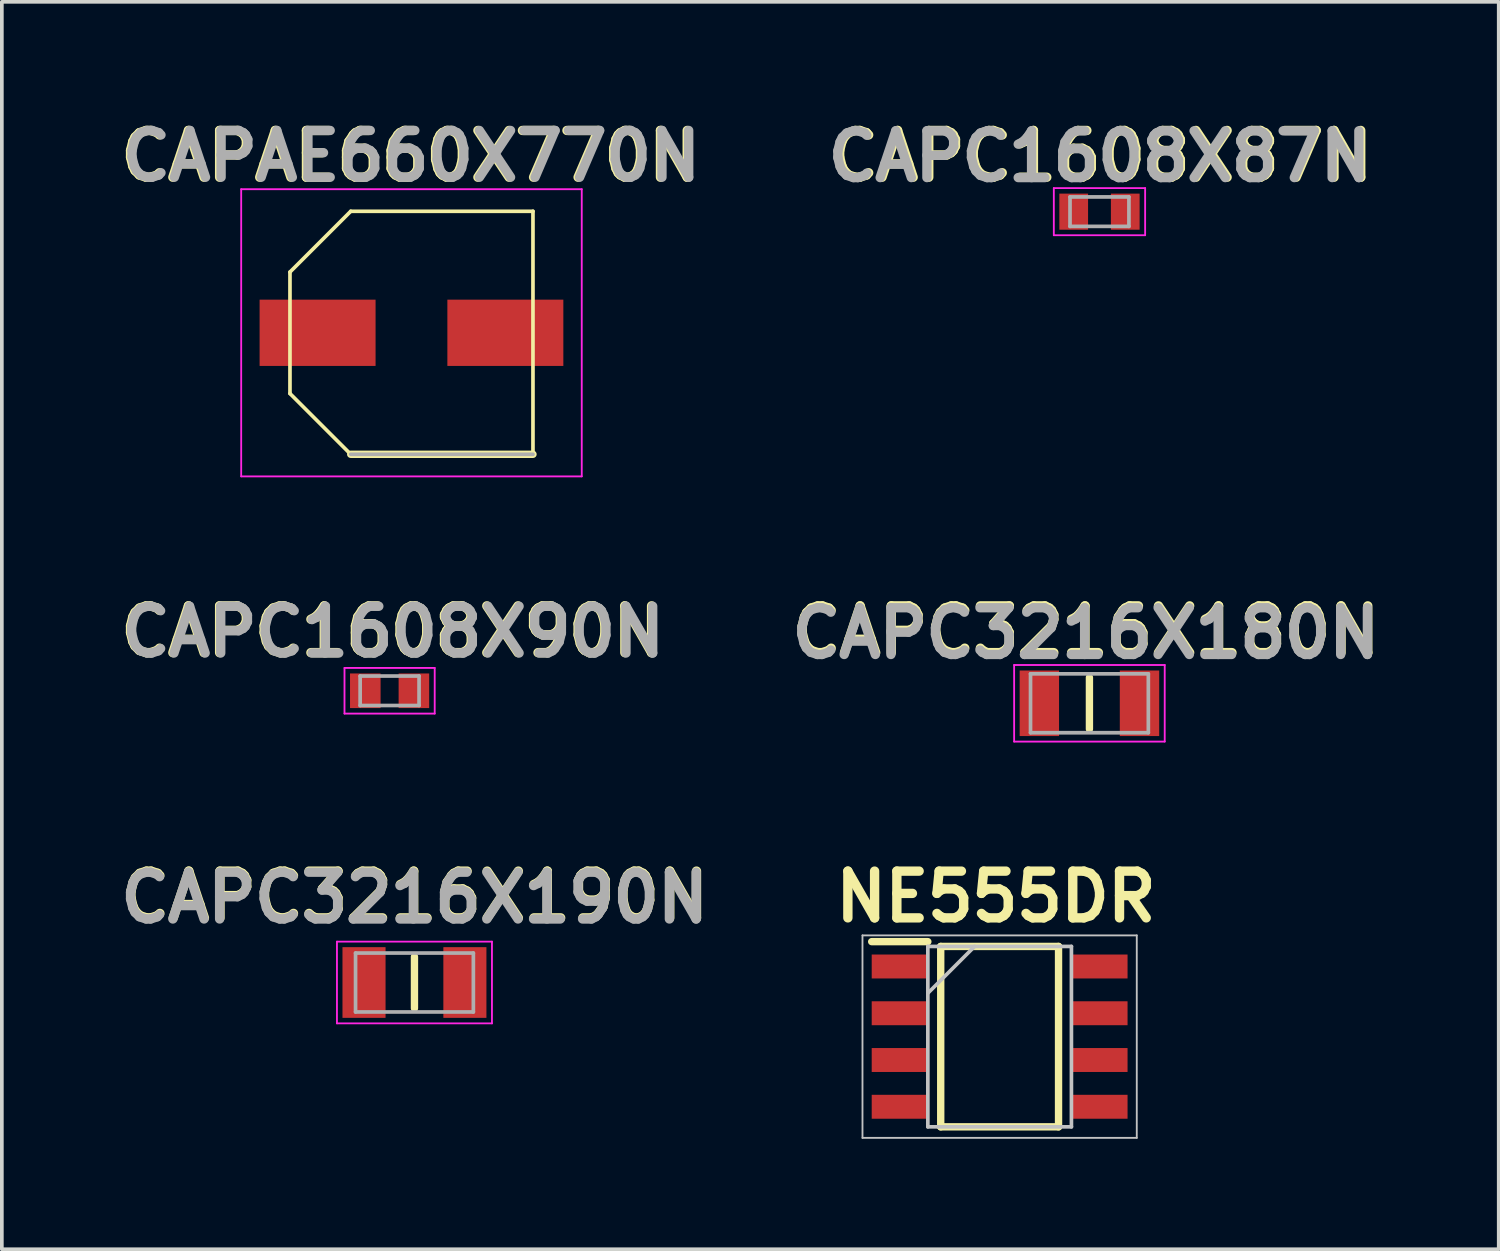
<source format=kicad_pcb>
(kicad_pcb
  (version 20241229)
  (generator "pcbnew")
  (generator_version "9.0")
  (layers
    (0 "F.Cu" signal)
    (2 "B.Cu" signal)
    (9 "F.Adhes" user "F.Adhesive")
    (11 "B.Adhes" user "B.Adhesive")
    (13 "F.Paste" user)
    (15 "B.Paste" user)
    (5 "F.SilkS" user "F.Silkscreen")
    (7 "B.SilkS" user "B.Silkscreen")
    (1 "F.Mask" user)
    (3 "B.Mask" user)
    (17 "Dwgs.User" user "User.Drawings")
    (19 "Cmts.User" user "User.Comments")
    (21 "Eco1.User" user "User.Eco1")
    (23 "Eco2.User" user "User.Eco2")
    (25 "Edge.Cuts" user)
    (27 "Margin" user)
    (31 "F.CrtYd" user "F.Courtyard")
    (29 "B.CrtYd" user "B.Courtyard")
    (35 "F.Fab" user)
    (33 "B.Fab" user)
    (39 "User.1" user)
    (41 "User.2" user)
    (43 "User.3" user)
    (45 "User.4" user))
  (footprint "NE555DR"
    (layer "F.Cu")
    (at 24.101 25.106)
    (property "Reference" "NE555DR" (at -0.1 -3.8 0) (layer "F.SilkS") (effects (font (size 1.27 1.27) (thickness 0.254))))
    (attr smd)
    (fp_line (start -3.475 -2.58) (end -1.95 -2.58) (stroke (width 0.2) (type solid)) (layer "F.SilkS"))
    (fp_line (start -1.6 -2.45) (end 1.6 -2.45) (stroke (width 0.2) (type solid)) (layer "F.SilkS"))
    (fp_line (start -1.6 2.45) (end -1.6 -2.45) (stroke (width 0.2) (type solid)) (layer "F.SilkS"))
    (fp_line (start 1.6 -2.45) (end 1.6 2.45) (stroke (width 0.2) (type solid)) (layer "F.SilkS"))
    (fp_line (start 1.6 2.45) (end -1.6 2.45) (stroke (width 0.2) (type solid)) (layer "F.SilkS"))
    (fp_line (start -3.725 -2.75) (end 3.725 -2.75) (stroke (width 0.05) (type solid)) (layer "Dwgs.User"))
    (fp_line (start -3.725 2.75) (end -3.725 -2.75) (stroke (width 0.05) (type solid)) (layer "Dwgs.User"))
    (fp_line (start -1.95 -2.45) (end 1.95 -2.45) (stroke (width 0.1) (type solid)) (layer "Dwgs.User"))
    (fp_line (start -1.95 -1.18) (end -0.68 -2.45) (stroke (width 0.1) (type solid)) (layer "Dwgs.User"))
    (fp_line (start -1.95 2.45) (end -1.95 -2.45) (stroke (width 0.1) (type solid)) (layer "Dwgs.User"))
    (fp_line (start 1.95 -2.45) (end 1.95 2.45) (stroke (width 0.1) (type solid)) (layer "Dwgs.User"))
    (fp_line (start 1.95 2.45) (end -1.95 2.45) (stroke (width 0.1) (type solid)) (layer "Dwgs.User"))
    (fp_line (start 3.725 -2.75) (end 3.725 2.75) (stroke (width 0.05) (type solid)) (layer "Dwgs.User"))
    (fp_line (start 3.725 2.75) (end -3.725 2.75) (stroke (width 0.05) (type solid)) (layer "Dwgs.User"))
    (pad "1" smd rect (at -2.712 -1.905 90) (size 0.65 1.525) (layers "F.Cu" "F.Paste"))
    (pad "2" smd rect (at -2.712 -0.635 90) (size 0.65 1.525) (layers "F.Cu" "F.Paste"))
    (pad "3" smd rect (at -2.712 0.635 90) (size 0.65 1.525) (layers "F.Cu" "F.Paste"))
    (pad "4" smd rect (at -2.712 1.905 90) (size 0.65 1.525) (layers "F.Cu" "F.Paste"))
    (pad "5" smd rect (at 2.712 1.905 90) (size 0.65 1.525) (layers "F.Cu" "F.Paste"))
    (pad "6" smd rect (at 2.712 0.635 90) (size 0.65 1.525) (layers "F.Cu" "F.Paste"))
    (pad "7" smd rect (at 2.712 -0.635 90) (size 0.65 1.525) (layers "F.Cu" "F.Paste"))
    (pad "8" smd rect (at 2.712 -1.905 90) (size 0.65 1.525) (layers "F.Cu" "F.Paste")))
  (footprint "CAPC1608X87N"
    (layer "F.Cu")
    (at 26.813 2.699)
    (property "Reference" "CAPC1608X87N" (at 0.05 -1.51 0) (layer "F.SilkS") (effects (font (size 1.27 1.27) (thickness 0.254))))
    (attr smd)
    (fp_line (start -1.24 -0.64) (end 1.24 -0.64) (stroke (width 0.05) (type solid)) (layer "F.CrtYd"))
    (fp_line (start -1.24 0.64) (end -1.24 -0.64) (stroke (width 0.05) (type solid)) (layer "F.CrtYd"))
    (fp_line (start 1.24 -0.64) (end 1.24 0.64) (stroke (width 0.05) (type solid)) (layer "F.CrtYd"))
    (fp_line (start 1.24 0.64) (end -1.24 0.64) (stroke (width 0.05) (type solid)) (layer "F.CrtYd"))
    (fp_line (start -0.8 -0.4) (end 0.8 -0.4) (stroke (width 0.1) (type solid)) (layer "F.Fab"))
    (fp_line (start -0.8 0.4) (end -0.8 -0.4) (stroke (width 0.1) (type solid)) (layer "F.Fab"))
    (fp_line (start 0.8 -0.4) (end 0.8 0.4) (stroke (width 0.1) (type solid)) (layer "F.Fab"))
    (fp_line (start 0.8 0.4) (end -0.8 0.4) (stroke (width 0.1) (type solid)) (layer "F.Fab"))
    (fp_text user "${REFERENCE}" (at 0 -1.5 0) (layer "F.Fab") (effects (font (size 1.27 1.27) (thickness 0.254))))
    (pad "1" smd rect (at -0.7 0) (size 0.78 0.98) (layers "F.Cu" "F.Mask" "F.Paste"))
    (pad "2" smd rect (at 0.7 0) (size 0.78 0.98) (layers "F.Cu" "F.Mask" "F.Paste")))
  (footprint "CAPC3216X190N"
    (layer "F.Cu")
    (at 8.207 23.636)
    (property "Reference" "CAPC3216X190N" (at 0.01 -2.33 0) (layer "F.SilkS") (effects (font (size 1.27 1.27) (thickness 0.254))))
    (attr smd)
    (fp_line (start 0 -0.7) (end 0 0.7) (stroke (width 0.2) (type solid)) (layer "F.SilkS"))
    (fp_line (start -2.105 -1.11) (end 2.105 -1.11) (stroke (width 0.05) (type solid)) (layer "F.CrtYd"))
    (fp_line (start -2.105 1.11) (end -2.105 -1.11) (stroke (width 0.05) (type solid)) (layer "F.CrtYd"))
    (fp_line (start 2.105 -1.11) (end 2.105 1.11) (stroke (width 0.05) (type solid)) (layer "F.CrtYd"))
    (fp_line (start 2.105 1.11) (end -2.105 1.11) (stroke (width 0.05) (type solid)) (layer "F.CrtYd"))
    (fp_line (start -1.6 -0.8) (end 1.6 -0.8) (stroke (width 0.1) (type solid)) (layer "F.Fab"))
    (fp_line (start -1.6 0.8) (end -1.6 -0.8) (stroke (width 0.1) (type solid)) (layer "F.Fab"))
    (fp_line (start 1.6 -0.8) (end 1.6 0.8) (stroke (width 0.1) (type solid)) (layer "F.Fab"))
    (fp_line (start 1.6 0.8) (end -1.6 0.8) (stroke (width 0.1) (type solid)) (layer "F.Fab"))
    (fp_text user "${REFERENCE}" (at 0 -2.3 0) (layer "F.Fab") (effects (font (size 1.27 1.27) (thickness 0.254))))
    (pad "1" smd rect (at -1.37 0) (size 1.17 1.92) (layers "F.Cu" "F.Mask" "F.Paste"))
    (pad "2" smd rect (at 1.37 0) (size 1.17 1.92) (layers "F.Cu" "F.Mask" "F.Paste")))
  (footprint "CAPAE660X770N"
    (layer "F.Cu")
    (at 8.126 5.989)
    (property "Reference" "CAPAE660X770N" (at -0.04 -4.8 0) (layer "F.SilkS") (effects (font (size 1.27 1.27) (thickness 0.254))))
    (attr smd)
    (fp_line (start -3.3 -1.65) (end -3.3 1.65) (stroke (width 0.1) (type solid)) (layer "F.SilkS"))
    (fp_line (start -3.3 1.65) (end -1.65 3.3) (stroke (width 0.1) (type solid)) (layer "F.SilkS"))
    (fp_line (start -1.65 -3.3) (end -3.3 -1.65) (stroke (width 0.1) (type solid)) (layer "F.SilkS"))
    (fp_line (start -1.65 3.3) (end 3.3 3.3) (stroke (width 0.2) (type solid)) (layer "F.SilkS"))
    (fp_line (start 3.3 -3.3) (end -1.65 -3.3) (stroke (width 0.1) (type solid)) (layer "F.SilkS"))
    (fp_line (start 3.3 3.3) (end 3.3 -3.3) (stroke (width 0.1) (type solid)) (layer "F.SilkS"))
    (fp_line (start -4.625 -3.9) (end 4.625 -3.9) (stroke (width 0.05) (type solid)) (layer "F.CrtYd"))
    (fp_line (start -4.625 3.9) (end -4.625 -3.9) (stroke (width 0.05) (type solid)) (layer "F.CrtYd"))
    (fp_line (start 4.625 -3.9) (end 4.625 3.9) (stroke (width 0.05) (type solid)) (layer "F.CrtYd"))
    (fp_line (start 4.625 3.9) (end -4.625 3.9) (stroke (width 0.05) (type solid)) (layer "F.CrtYd"))
    (fp_line (start -1.65 3.3) (end 3.3 3.3) (stroke (width 0.1) (type solid)) (layer "F.Fab"))
    (fp_text user "${REFERENCE}" (at 0 -4.8 0) (layer "F.Fab") (effects (font (size 1.27 1.27) (thickness 0.254))))
    (pad "1" smd rect (at -2.55 0 90) (size 1.8 3.15) (layers "F.Cu" "F.Mask" "F.Paste"))
    (pad "2" smd rect (at 2.55 0 90) (size 1.8 3.15) (layers "F.Cu" "F.Mask" "F.Paste")))
  (footprint "CAPC1608X90N"
    (layer "F.Cu")
    (at 7.532 15.712)
    (property "Reference" "CAPC1608X90N" (at 0.07 -1.61 0) (layer "F.SilkS") (effects (font (size 1.27 1.27) (thickness 0.254))))
    (attr smd)
    (fp_line (start -1.225 -0.62) (end 1.225 -0.62) (stroke (width 0.05) (type solid)) (layer "F.CrtYd"))
    (fp_line (start -1.225 0.62) (end -1.225 -0.62) (stroke (width 0.05) (type solid)) (layer "F.CrtYd"))
    (fp_line (start 1.225 -0.62) (end 1.225 0.62) (stroke (width 0.05) (type solid)) (layer "F.CrtYd"))
    (fp_line (start 1.225 0.62) (end -1.225 0.62) (stroke (width 0.05) (type solid)) (layer "F.CrtYd"))
    (fp_line (start -0.8 -0.4) (end 0.8 -0.4) (stroke (width 0.1) (type solid)) (layer "F.Fab"))
    (fp_line (start -0.8 0.4) (end -0.8 -0.4) (stroke (width 0.1) (type solid)) (layer "F.Fab"))
    (fp_line (start 0.8 -0.4) (end 0.8 0.4) (stroke (width 0.1) (type solid)) (layer "F.Fab"))
    (fp_line (start 0.8 0.4) (end -0.8 0.4) (stroke (width 0.1) (type solid)) (layer "F.Fab"))
    (fp_text user "${REFERENCE}" (at 0.1 -1.6 0) (layer "F.Fab") (effects (font (size 1.27 1.27) (thickness 0.254))))
    (pad "1" smd rect (at -0.66 0) (size 0.83 0.94) (layers "F.Cu" "F.Mask" "F.Paste"))
    (pad "2" smd rect (at 0.66 0) (size 0.83 0.94) (layers "F.Cu" "F.Mask" "F.Paste")))
  (footprint "CAPC3216X180N"
    (layer "F.Cu")
    (at 26.54 16.052)
    (property "Reference" "CAPC3216X180N" (at -0.09 -1.95 0) (layer "F.SilkS") (effects (font (size 1.27 1.27) (thickness 0.254))))
    (attr smd)
    (fp_line (start 0 -0.7) (end 0 0.7) (stroke (width 0.2) (type solid)) (layer "F.SilkS"))
    (fp_line (start -2.045 -1.04) (end 2.045 -1.04) (stroke (width 0.05) (type solid)) (layer "F.CrtYd"))
    (fp_line (start -2.045 1.04) (end -2.045 -1.04) (stroke (width 0.05) (type solid)) (layer "F.CrtYd"))
    (fp_line (start 2.045 -1.04) (end 2.045 1.04) (stroke (width 0.05) (type solid)) (layer "F.CrtYd"))
    (fp_line (start 2.045 1.04) (end -2.045 1.04) (stroke (width 0.05) (type solid)) (layer "F.CrtYd"))
    (fp_line (start -1.6 -0.8) (end 1.6 -0.8) (stroke (width 0.1) (type solid)) (layer "F.Fab"))
    (fp_line (start -1.6 0.8) (end -1.6 -0.8) (stroke (width 0.1) (type solid)) (layer "F.Fab"))
    (fp_line (start 1.6 -0.8) (end 1.6 0.8) (stroke (width 0.1) (type solid)) (layer "F.Fab"))
    (fp_line (start 1.6 0.8) (end -1.6 0.8) (stroke (width 0.1) (type solid)) (layer "F.Fab"))
    (fp_text user "${REFERENCE}" (at -0.1 -1.9 0) (layer "F.Fab") (effects (font (size 1.27 1.27) (thickness 0.254))))
    (pad "1" smd rect (at -1.36 0) (size 1.07 1.78) (layers "F.Cu" "F.Mask" "F.Paste"))
    (pad "2" smd rect (at 1.36 0) (size 1.07 1.78) (layers "F.Cu" "F.Mask" "F.Paste")))
  (gr_rect
    (start -3 -3)
    (end 37.657 30.881)
    (stroke (width 0.1) (type default))
    (fill no)
    (layer "Edge.Cuts")))
</source>
